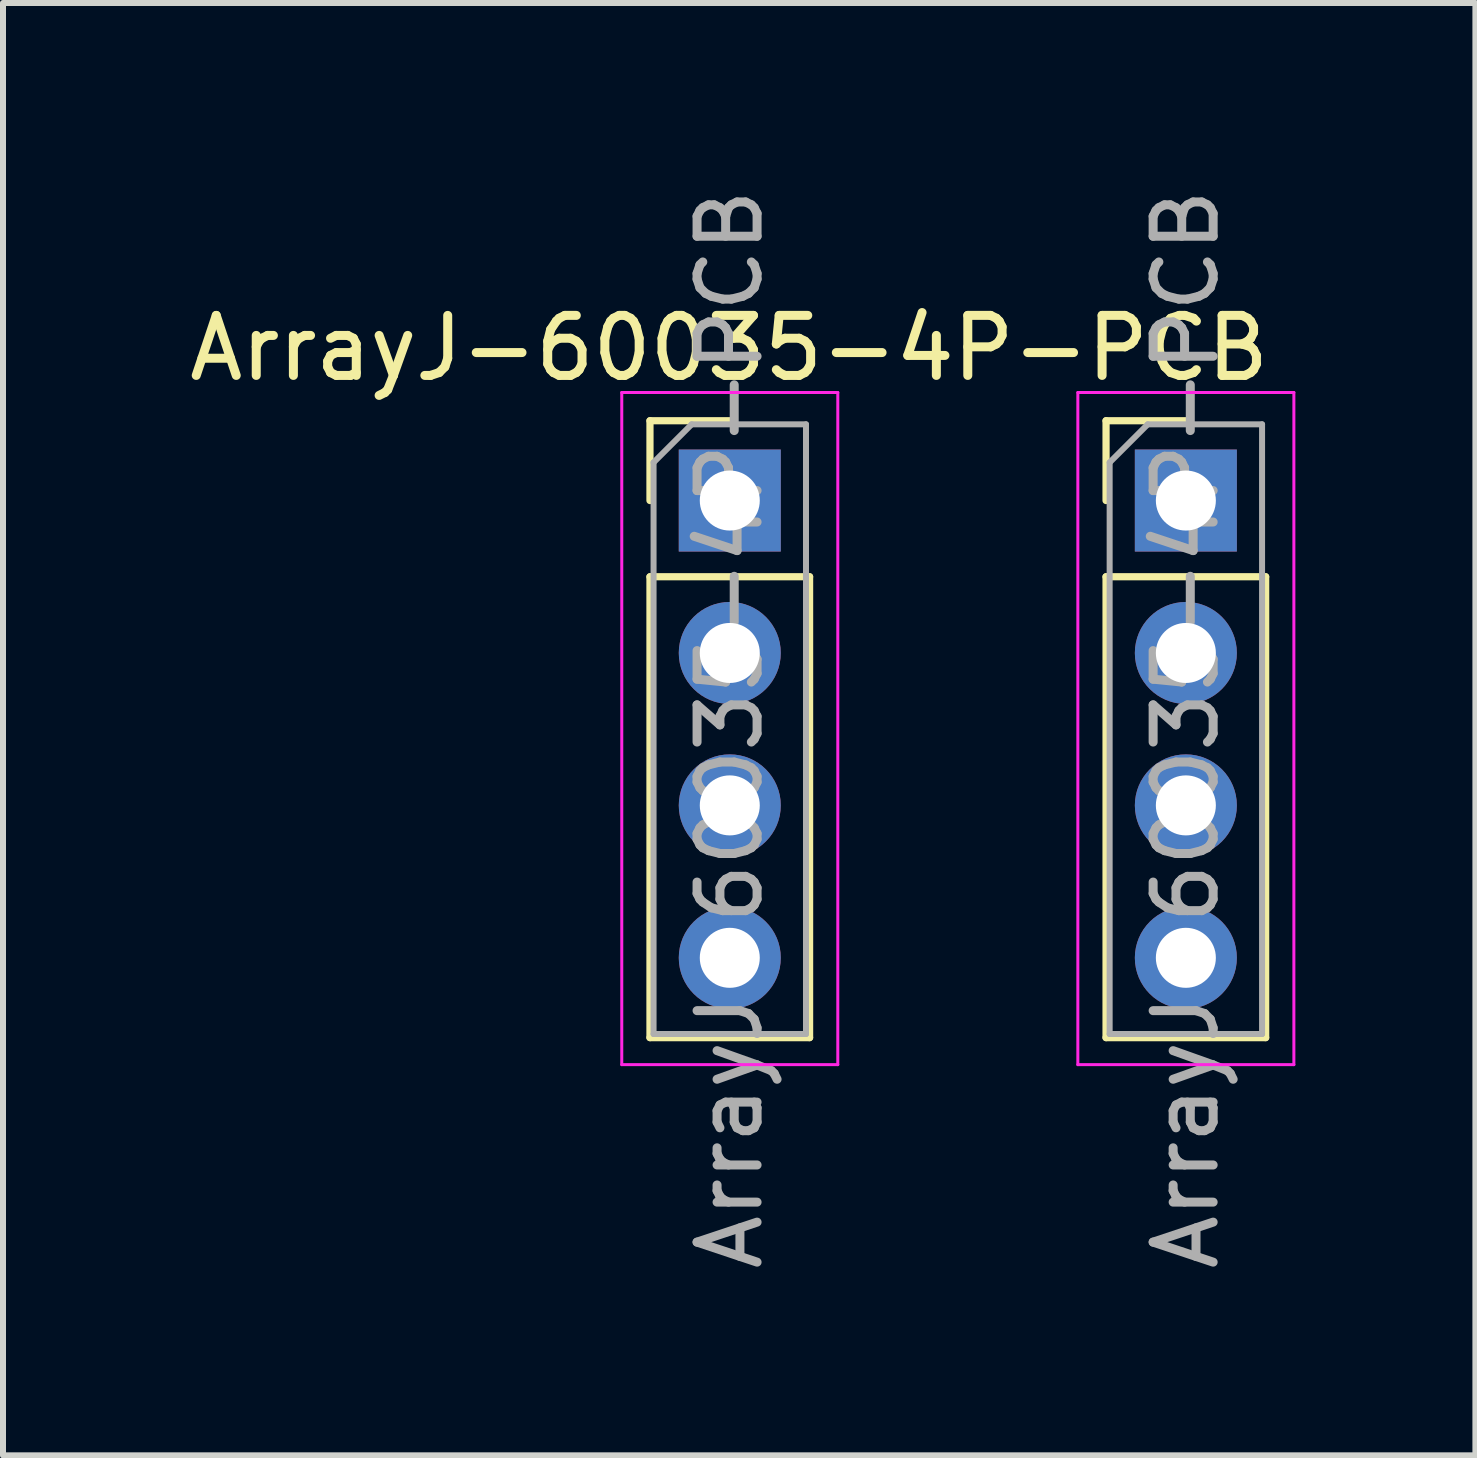
<source format=kicad_pcb>
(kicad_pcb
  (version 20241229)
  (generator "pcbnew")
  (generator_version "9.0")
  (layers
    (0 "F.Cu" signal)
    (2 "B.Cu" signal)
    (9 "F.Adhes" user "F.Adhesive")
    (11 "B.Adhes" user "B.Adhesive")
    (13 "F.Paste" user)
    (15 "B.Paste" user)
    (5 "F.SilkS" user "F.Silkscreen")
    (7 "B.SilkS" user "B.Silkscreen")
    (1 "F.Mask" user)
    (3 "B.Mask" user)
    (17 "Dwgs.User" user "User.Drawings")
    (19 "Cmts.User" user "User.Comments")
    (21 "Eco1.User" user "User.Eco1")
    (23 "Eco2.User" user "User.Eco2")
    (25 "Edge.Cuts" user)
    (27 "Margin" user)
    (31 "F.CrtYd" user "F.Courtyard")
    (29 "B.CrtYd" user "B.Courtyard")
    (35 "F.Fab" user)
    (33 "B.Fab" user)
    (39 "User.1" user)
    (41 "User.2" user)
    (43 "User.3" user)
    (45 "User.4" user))
  (footprint "ArrayJ-60035-4P-PCB"
    (layer "F.Cu")
    (at 9.111 5.291)
    (property "Reference" "ArrayJ-60035-4P-PCB" (at -0.01 -2.54 0) (layer "F.SilkS") (effects (font (size 1 1) (thickness 0.15))))
    (attr through_hole)
    (fp_line (start -1.33 -1.33) (end 0 -1.33) (stroke (width 0.12) (type solid)) (layer "F.SilkS"))
    (fp_line (start -1.33 0) (end -1.33 -1.33) (stroke (width 0.12) (type solid)) (layer "F.SilkS"))
    (fp_line (start -1.33 1.27) (end -1.33 8.95) (stroke (width 0.12) (type solid)) (layer "F.SilkS"))
    (fp_line (start -1.33 1.27) (end 1.33 1.27) (stroke (width 0.12) (type solid)) (layer "F.SilkS"))
    (fp_line (start -1.33 8.95) (end 1.33 8.95) (stroke (width 0.12) (type solid)) (layer "F.SilkS"))
    (fp_line (start 1.33 1.27) (end 1.33 8.95) (stroke (width 0.12) (type solid)) (layer "F.SilkS"))
    (fp_line (start 6.27 -1.33) (end 7.6 -1.33) (stroke (width 0.12) (type solid)) (layer "F.SilkS"))
    (fp_line (start 6.27 0) (end 6.27 -1.33) (stroke (width 0.12) (type solid)) (layer "F.SilkS"))
    (fp_line (start 6.27 1.27) (end 6.27 8.95) (stroke (width 0.12) (type solid)) (layer "F.SilkS"))
    (fp_line (start 6.27 1.27) (end 8.93 1.27) (stroke (width 0.12) (type solid)) (layer "F.SilkS"))
    (fp_line (start 6.27 8.95) (end 8.93 8.95) (stroke (width 0.12) (type solid)) (layer "F.SilkS"))
    (fp_line (start 8.93 1.27) (end 8.93 8.95) (stroke (width 0.12) (type solid)) (layer "F.SilkS"))
    (fp_line (start -1.8 -1.8) (end -1.8 9.4) (stroke (width 0.05) (type solid)) (layer "F.CrtYd"))
    (fp_line (start -1.8 9.4) (end 1.8 9.4) (stroke (width 0.05) (type solid)) (layer "F.CrtYd"))
    (fp_line (start 1.8 -1.8) (end -1.8 -1.8) (stroke (width 0.05) (type solid)) (layer "F.CrtYd"))
    (fp_line (start 1.8 9.4) (end 1.8 -1.8) (stroke (width 0.05) (type solid)) (layer "F.CrtYd"))
    (fp_line (start 5.8 -1.8) (end 5.8 9.4) (stroke (width 0.05) (type solid)) (layer "F.CrtYd"))
    (fp_line (start 5.8 9.4) (end 9.4 9.4) (stroke (width 0.05) (type solid)) (layer "F.CrtYd"))
    (fp_line (start 9.4 -1.8) (end 5.8 -1.8) (stroke (width 0.05) (type solid)) (layer "F.CrtYd"))
    (fp_line (start 9.4 9.4) (end 9.4 -1.8) (stroke (width 0.05) (type solid)) (layer "F.CrtYd"))
    (fp_line (start -1.27 -0.635) (end -0.635 -1.27) (stroke (width 0.1) (type solid)) (layer "F.Fab"))
    (fp_line (start -1.27 8.89) (end -1.27 -0.635) (stroke (width 0.1) (type solid)) (layer "F.Fab"))
    (fp_line (start -0.635 -1.27) (end 1.27 -1.27) (stroke (width 0.1) (type solid)) (layer "F.Fab"))
    (fp_line (start 1.27 -1.27) (end 1.27 8.89) (stroke (width 0.1) (type solid)) (layer "F.Fab"))
    (fp_line (start 1.27 8.89) (end -1.27 8.89) (stroke (width 0.1) (type solid)) (layer "F.Fab"))
    (fp_line (start 6.33 -0.635) (end 6.965 -1.27) (stroke (width 0.1) (type solid)) (layer "F.Fab"))
    (fp_line (start 6.33 8.89) (end 6.33 -0.635) (stroke (width 0.1) (type solid)) (layer "F.Fab"))
    (fp_line (start 6.965 -1.27) (end 8.87 -1.27) (stroke (width 0.1) (type solid)) (layer "F.Fab"))
    (fp_line (start 8.87 -1.27) (end 8.87 8.89) (stroke (width 0.1) (type solid)) (layer "F.Fab"))
    (fp_line (start 8.87 8.89) (end 6.33 8.89) (stroke (width 0.1) (type solid)) (layer "F.Fab"))
    (fp_text user "${REFERENCE}" (at 7.6 3.81 90) (layer "F.Fab") (effects (font (size 1 1) (thickness 0.15))))
    (fp_text user "${REFERENCE}" (at 0 3.81 90) (layer "F.Fab") (effects (font (size 1 1) (thickness 0.15))))
    (pad "1" thru_hole rect (at 0 0) (size 1.7 1.7) (drill 1) (layers "*.Cu" "*.Mask"))
    (pad "2" thru_hole oval (at 0 2.54) (size 1.7 1.7) (drill 1) (layers "*.Cu" "*.Mask"))
    (pad "3" thru_hole oval (at 0 5.08) (size 1.7 1.7) (drill 1) (layers "*.Cu" "*.Mask"))
    (pad "4" thru_hole oval (at 0 7.62) (size 1.7 1.7) (drill 1) (layers "*.Cu" "*.Mask"))
    (pad "5" thru_hole oval (at 7.6 7.62) (size 1.7 1.7) (drill 1) (layers "*.Cu" "*.Mask"))
    (pad "6" thru_hole oval (at 7.6 5.08) (size 1.7 1.7) (drill 1) (layers "*.Cu" "*.Mask"))
    (pad "7" thru_hole oval (at 7.6 2.54) (size 1.7 1.7) (drill 1) (layers "*.Cu" "*.Mask"))
    (pad "8" thru_hole rect (at 7.6 0) (size 1.7 1.7) (drill 1) (layers "*.Cu" "*.Mask")))
  (gr_rect
    (start -3 -3)
    (end 21.536 21.202)
    (stroke (width 0.1) (type default))
    (fill no)
    (layer "Edge.Cuts")))
</source>
